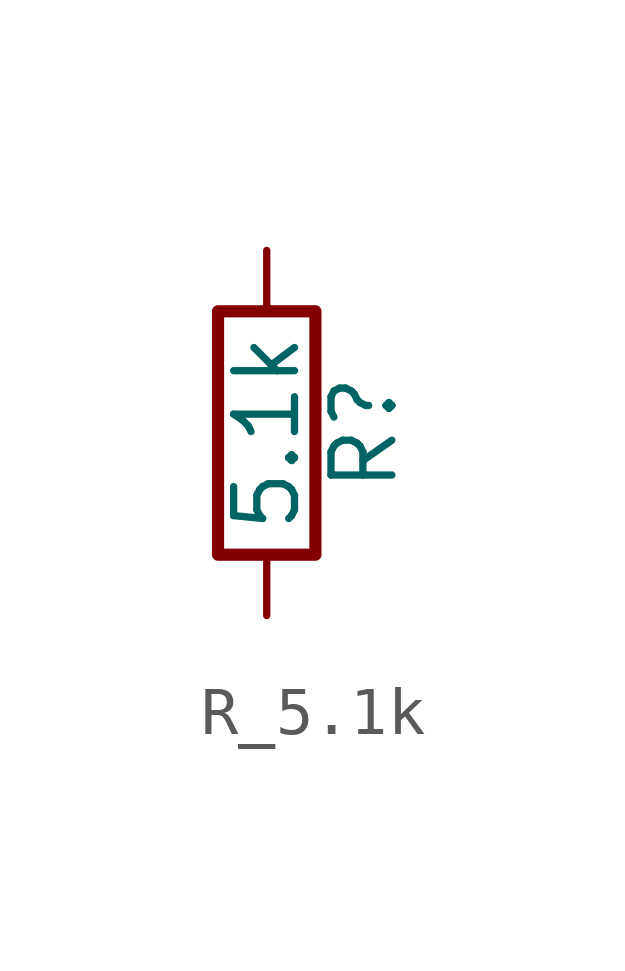
<source format=kicad_sym>
(kicad_symbol_lib
  (version 20231120)
  (generator "kicad_symbol_editor")
  (generator_version "8.0")
  (symbol "R_5.1k"
    (pin_numbers hide)
    (pin_names
      (offset 0))
    (property "Reference" "R"
      (at 2.032 0 90)
      (effects (font (size 1.27 1.27))))
    (property "Value" "5.1k"
      (at 0 0 90)
      (effects (font (size 1.27 1.27))))
    (symbol "R_5.1k_0_1"
      (rectangle (start -1.016 -2.54) (end 1.016 2.54) (stroke (width 0.254) (type default)) (fill (type none))))
    (symbol "R_5.1k_1_1"
      (pin passive line (at 0 3.81 270) (length 1.27) (name "~" (effects (font (size 1.27 1.27)))) (number "1" (effects (font (size 1.27 1.27)))))
      (pin passive line (at 0 -3.81 90) (length 1.27) (name "~" (effects (font (size 1.27 1.27)))) (number "2" (effects (font (size 1.27 1.27))))))))
</source>
